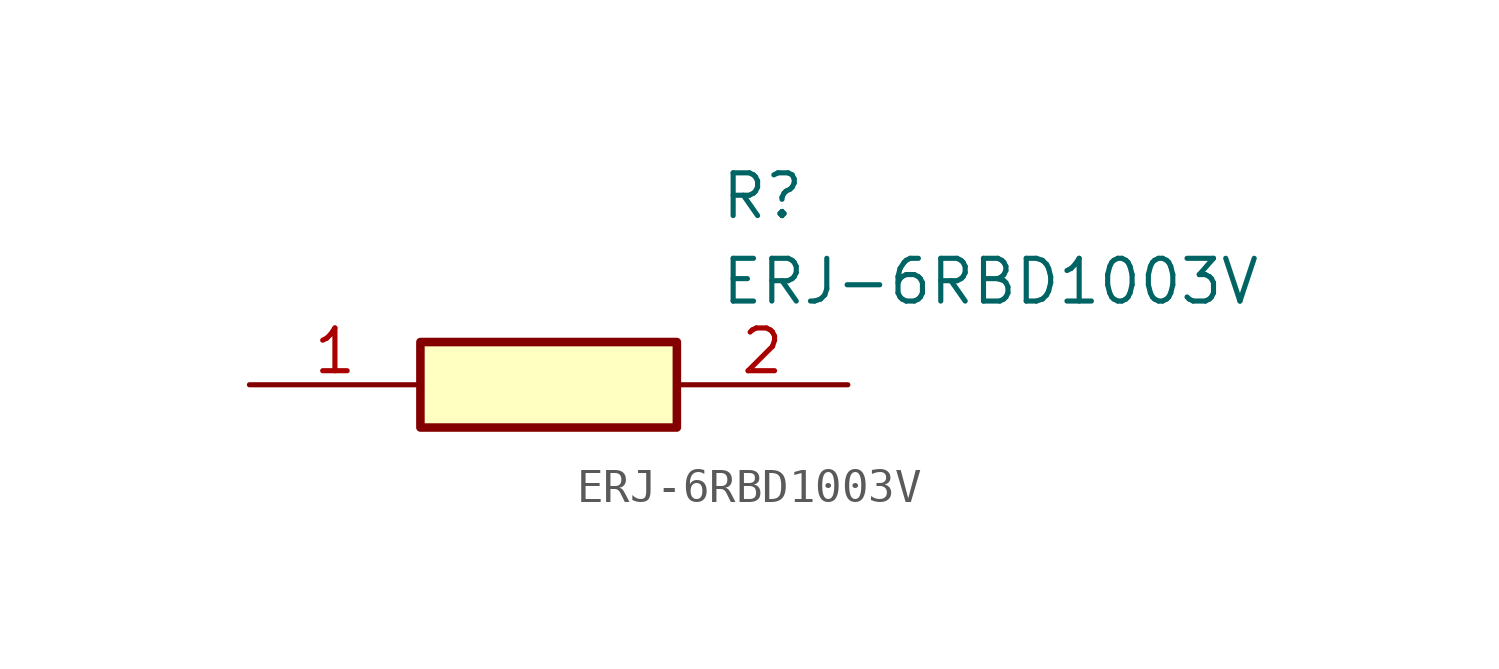
<source format=kicad_sym>
(kicad_symbol_lib
  (version 20211014)
  (generator SamacSys_ECAD_Model)
  (symbol "ERJ-6RBD1003V"
    (pin_names hide)
    (property "Reference" "R"
      (at 13.97 6.35 0)
      (effects (font (size 1.27 1.27)) (justify left top)))
    (property "Value" "ERJ-6RBD1003V"
      (at 13.97 3.81 0)
      (effects (font (size 1.27 1.27)) (justify left top)))
    (rectangle
      (start 5.08 1.27)
      (end 12.7 -1.27)
      (stroke (width 0.254) (type default))
      (fill (type background)))
    (pin passive line
      (at 0 0 0)
      (length 5.08)
      (name "1" (effects (font (size 1.27 1.27))))
      (number "1" (effects (font (size 1.27 1.27)))))
    (pin passive line
      (at 17.78 0 180)
      (length 5.08)
      (name "2" (effects (font (size 1.27 1.27))))
      (number "2" (effects (font (size 1.27 1.27)))))))
</source>
